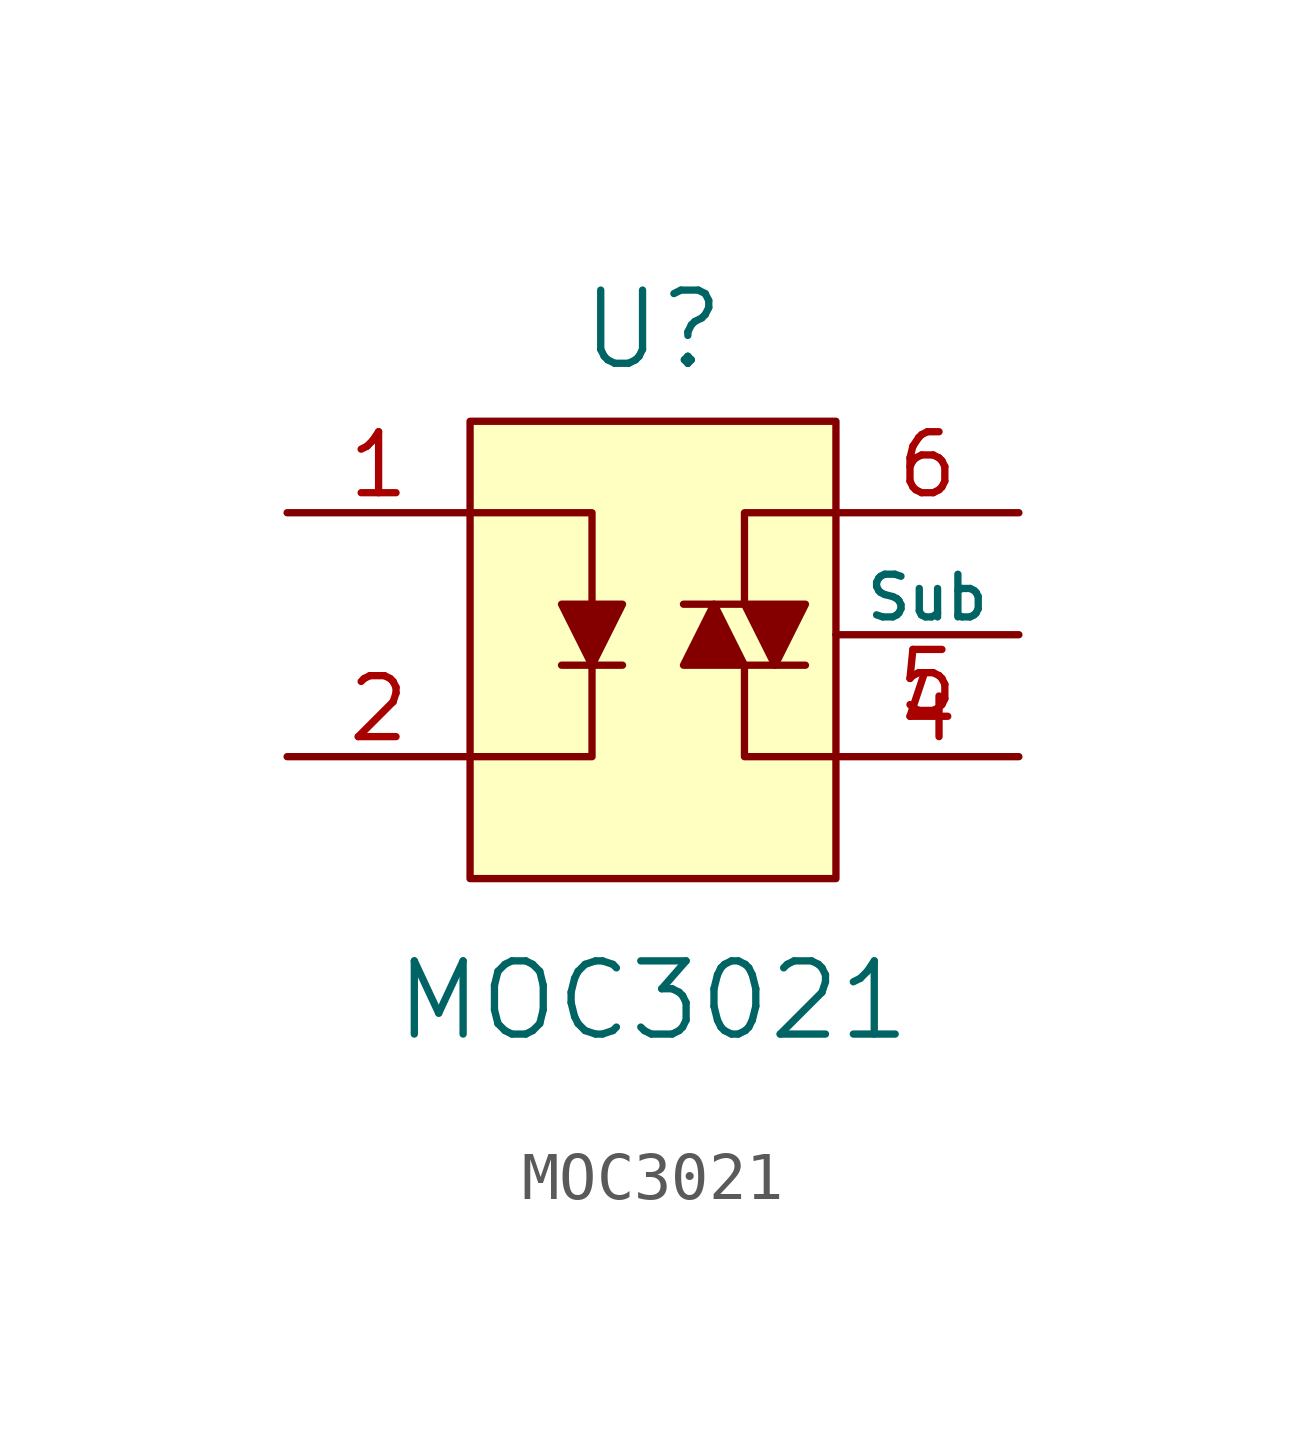
<source format=kicad_sym>
(kicad_symbol_lib
  (version 20220914)
  (generator kicad_symbol_editor)
  (symbol "MOC3021"
    (pin_names
      (offset 0))
    (property "Reference" "U"
      (at 0 6.35 0)
      (effects (font (size 1.524 1.524))))
    (property "Value" "MOC3021"
      (at 0 -7.62 0)
      (effects (font (size 1.524 1.524))))
    (symbol "MOC3021_0_1"
      (rectangle (start -3.81 4.445) (end 3.81 -5.08) (stroke (width 0) (type solid)) (fill (type background)))
      (polyline (pts (xy -1.905 -0.635) (xy -0.635 -0.635)) (stroke (width 0) (type solid)) (fill (type none)))
      (polyline (pts (xy 1.905 -0.635) (xy 3.175 -0.635)) (stroke (width 0) (type solid)) (fill (type none)))
      (polyline (pts (xy 1.905 0.635) (xy 0.635 0.635)) (stroke (width 0) (type solid)) (fill (type none)))
      (polyline (pts (xy 1.905 -0.635) (xy 1.905 -2.54) (xy 3.81 -2.54)) (stroke (width 0) (type solid)) (fill (type none)))
      (polyline (pts (xy 3.81 2.54) (xy 1.905 2.54) (xy 1.905 0.635)) (stroke (width 0) (type solid)) (fill (type none)))
      (polyline (pts (xy -3.81 2.54) (xy -1.27 2.54) (xy -1.27 -2.54) (xy -3.81 -2.54)) (stroke (width 0) (type solid)) (fill (type none)))
      (polyline (pts (xy -1.905 0.635) (xy -1.27 -0.635) (xy -0.635 0.635) (xy -1.905 0.635)) (stroke (width 0) (type solid)) (fill (type outline)))
      (polyline (pts (xy 0.635 -0.635) (xy 1.27 0.635) (xy 1.905 -0.635) (xy 0.635 -0.635)) (stroke (width 0) (type solid)) (fill (type outline)))
      (polyline (pts (xy 1.905 0.635) (xy 2.54 -0.635) (xy 3.175 0.635) (xy 1.905 0.635)) (stroke (width 0) (type solid)) (fill (type outline))))
    (symbol "MOC3021_1_1"
      (pin passive line (at -7.62 2.54 0) (length 3.81) (name "~" (effects (font (size 1.27 1.27)))) (number "1" (effects (font (size 1.27 1.27)))))
      (pin passive line (at -7.62 -2.54 0) (length 3.81) (name "~" (effects (font (size 1.27 1.27)))) (number "2" (effects (font (size 1.27 1.27)))))
      (pin no_connect line (at 0 -5.08 90) (length 3.81) hide (name "NC" (effects (font (size 1.016 1.016)))) (number "3" (effects (font (size 1.27 1.27)))))
      (pin passive line (at 7.62 -2.54 180) (length 3.81) (name "~" (effects (font (size 1.27 1.27)))) (number "4" (effects (font (size 1.27 1.27)))))
      (pin passive line (at 7.62 0 180) (length 3.81) (name "Sub" (effects (font (size 0.889 0.889)))) (number "5" (effects (font (size 1.27 1.27)))))
      (pin passive line (at 7.62 2.54 180) (length 3.81) (name "~" (effects (font (size 1.27 1.27)))) (number "6" (effects (font (size 1.27 1.27))))))))
</source>
